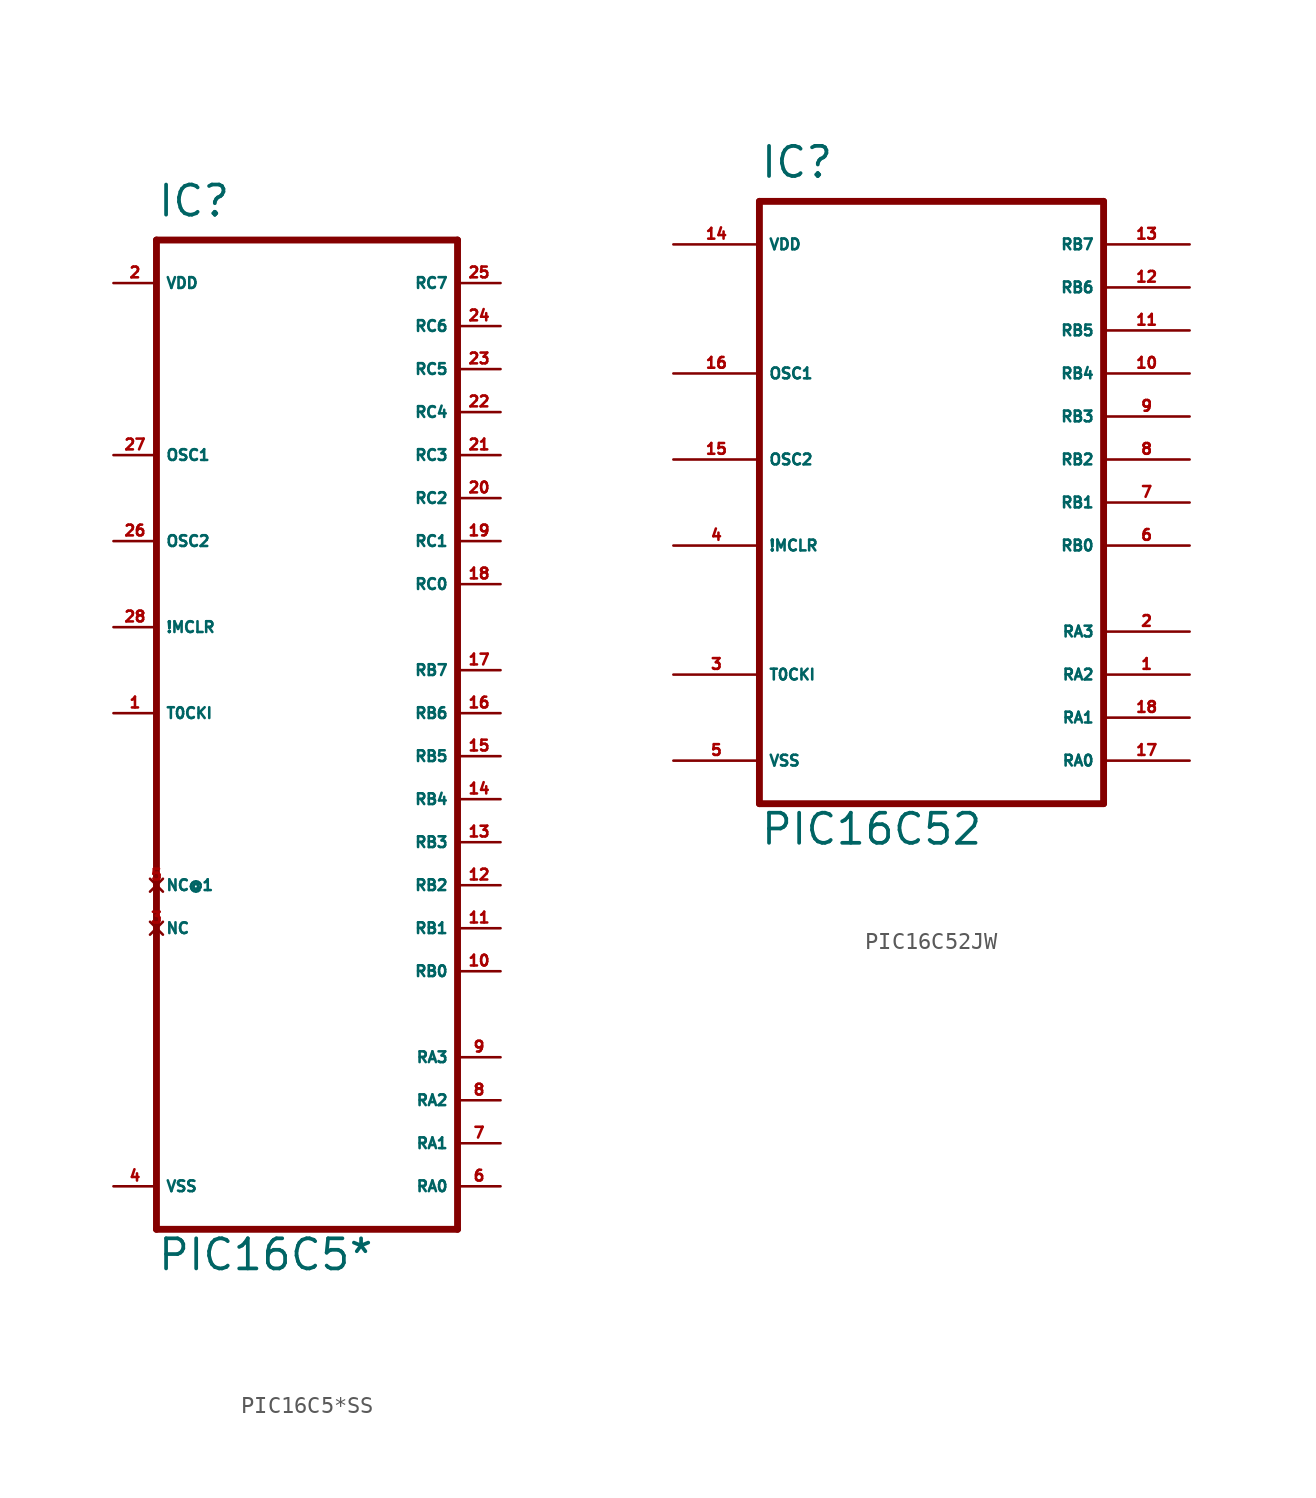
<source format=kicad_sym>
(kicad_symbol_lib
  (version 20220914)
  (generator Eagle2Kicad)
  (symbol "PIC16C5*SS"
    (property "Reference" "IC"
      (at -7.62 26.67 0)
      (effects (font (size 1.778 1.778) (thickness 0.22)) (justify left bottom)))
    (property "Value" "PIC16C5*"
      (at -7.62 -35.56 0)
      (effects (font (size 1.778 1.778) (thickness 0.22)) (justify left bottom)))
    (polyline
      (pts (xy -7.62 -33.02) (xy 10.16 -33.02))
      (stroke (width 0.406) (type default))
      (fill (type none)))
    (polyline
      (pts (xy 10.16 -33.02) (xy 10.16 25.4))
      (stroke (width 0.406) (type default))
      (fill (type none)))
    (polyline
      (pts (xy 10.16 25.4) (xy -7.62 25.4))
      (stroke (width 0.406) (type default))
      (fill (type none)))
    (polyline
      (pts (xy -7.62 25.4) (xy -7.62 -33.02))
      (stroke (width 0.406) (type default))
      (fill (type none)))
    (pin input line
      (at -10.16 -2.54 0)
      (length 2.54)
      (name "T0CKI" (effects (font (size 0.635 0.635) (thickness 0.08)) (justify left bottom)))
      (number "1" (effects (font (size 0.635 0.635) (thickness 0.08)) (justify left bottom))))
    (pin input line
      (at -10.16 2.54 0)
      (length 2.54)
      (name "!MCLR" (effects (font (size 0.635 0.635) (thickness 0.08)) (justify left bottom)))
      (number "28" (effects (font (size 0.635 0.635) (thickness 0.08)) (justify left bottom))))
    (pin input line
      (at -10.16 12.7 0)
      (length 2.54)
      (name "OSC1" (effects (font (size 0.635 0.635) (thickness 0.08)) (justify left bottom)))
      (number "27" (effects (font (size 0.635 0.635) (thickness 0.08)) (justify left bottom))))
    (pin bidirectional line
      (at 12.7 -30.48 180)
      (length 2.54)
      (name "RA0" (effects (font (size 0.635 0.635) (thickness 0.08)) (justify left bottom)))
      (number "6" (effects (font (size 0.635 0.635) (thickness 0.08)) (justify left bottom))))
    (pin bidirectional line
      (at 12.7 -27.94 180)
      (length 2.54)
      (name "RA1" (effects (font (size 0.635 0.635) (thickness 0.08)) (justify left bottom)))
      (number "7" (effects (font (size 0.635 0.635) (thickness 0.08)) (justify left bottom))))
    (pin bidirectional line
      (at 12.7 -25.4 180)
      (length 2.54)
      (name "RA2" (effects (font (size 0.635 0.635) (thickness 0.08)) (justify left bottom)))
      (number "8" (effects (font (size 0.635 0.635) (thickness 0.08)) (justify left bottom))))
    (pin bidirectional line
      (at 12.7 -22.86 180)
      (length 2.54)
      (name "RA3" (effects (font (size 0.635 0.635) (thickness 0.08)) (justify left bottom)))
      (number "9" (effects (font (size 0.635 0.635) (thickness 0.08)) (justify left bottom))))
    (pin bidirectional line
      (at 12.7 -17.78 180)
      (length 2.54)
      (name "RB0" (effects (font (size 0.635 0.635) (thickness 0.08)) (justify left bottom)))
      (number "10" (effects (font (size 0.635 0.635) (thickness 0.08)) (justify left bottom))))
    (pin bidirectional line
      (at 12.7 -15.24 180)
      (length 2.54)
      (name "RB1" (effects (font (size 0.635 0.635) (thickness 0.08)) (justify left bottom)))
      (number "11" (effects (font (size 0.635 0.635) (thickness 0.08)) (justify left bottom))))
    (pin bidirectional line
      (at 12.7 -12.7 180)
      (length 2.54)
      (name "RB2" (effects (font (size 0.635 0.635) (thickness 0.08)) (justify left bottom)))
      (number "12" (effects (font (size 0.635 0.635) (thickness 0.08)) (justify left bottom))))
    (pin bidirectional line
      (at 12.7 -10.16 180)
      (length 2.54)
      (name "RB3" (effects (font (size 0.635 0.635) (thickness 0.08)) (justify left bottom)))
      (number "13" (effects (font (size 0.635 0.635) (thickness 0.08)) (justify left bottom))))
    (pin bidirectional line
      (at 12.7 -7.62 180)
      (length 2.54)
      (name "RB4" (effects (font (size 0.635 0.635) (thickness 0.08)) (justify left bottom)))
      (number "14" (effects (font (size 0.635 0.635) (thickness 0.08)) (justify left bottom))))
    (pin bidirectional line
      (at 12.7 -5.08 180)
      (length 2.54)
      (name "RB5" (effects (font (size 0.635 0.635) (thickness 0.08)) (justify left bottom)))
      (number "15" (effects (font (size 0.635 0.635) (thickness 0.08)) (justify left bottom))))
    (pin bidirectional line
      (at 12.7 -2.54 180)
      (length 2.54)
      (name "RB6" (effects (font (size 0.635 0.635) (thickness 0.08)) (justify left bottom)))
      (number "16" (effects (font (size 0.635 0.635) (thickness 0.08)) (justify left bottom))))
    (pin bidirectional line
      (at 12.7 0 180)
      (length 2.54)
      (name "RB7" (effects (font (size 0.635 0.635) (thickness 0.08)) (justify left bottom)))
      (number "17" (effects (font (size 0.635 0.635) (thickness 0.08)) (justify left bottom))))
    (pin bidirectional line
      (at 12.7 5.08 180)
      (length 2.54)
      (name "RC0" (effects (font (size 0.635 0.635) (thickness 0.08)) (justify left bottom)))
      (number "18" (effects (font (size 0.635 0.635) (thickness 0.08)) (justify left bottom))))
    (pin bidirectional line
      (at 12.7 7.62 180)
      (length 2.54)
      (name "RC1" (effects (font (size 0.635 0.635) (thickness 0.08)) (justify left bottom)))
      (number "19" (effects (font (size 0.635 0.635) (thickness 0.08)) (justify left bottom))))
    (pin bidirectional line
      (at 12.7 10.16 180)
      (length 2.54)
      (name "RC2" (effects (font (size 0.635 0.635) (thickness 0.08)) (justify left bottom)))
      (number "20" (effects (font (size 0.635 0.635) (thickness 0.08)) (justify left bottom))))
    (pin bidirectional line
      (at 12.7 12.7 180)
      (length 2.54)
      (name "RC3" (effects (font (size 0.635 0.635) (thickness 0.08)) (justify left bottom)))
      (number "21" (effects (font (size 0.635 0.635) (thickness 0.08)) (justify left bottom))))
    (pin bidirectional line
      (at 12.7 15.24 180)
      (length 2.54)
      (name "RC4" (effects (font (size 0.635 0.635) (thickness 0.08)) (justify left bottom)))
      (number "22" (effects (font (size 0.635 0.635) (thickness 0.08)) (justify left bottom))))
    (pin bidirectional line
      (at 12.7 17.78 180)
      (length 2.54)
      (name "RC5" (effects (font (size 0.635 0.635) (thickness 0.08)) (justify left bottom)))
      (number "23" (effects (font (size 0.635 0.635) (thickness 0.08)) (justify left bottom))))
    (pin bidirectional line
      (at 12.7 20.32 180)
      (length 2.54)
      (name "RC6" (effects (font (size 0.635 0.635) (thickness 0.08)) (justify left bottom)))
      (number "24" (effects (font (size 0.635 0.635) (thickness 0.08)) (justify left bottom))))
    (pin bidirectional line
      (at 12.7 22.86 180)
      (length 2.54)
      (name "RC7" (effects (font (size 0.635 0.635) (thickness 0.08)) (justify left bottom)))
      (number "25" (effects (font (size 0.635 0.635) (thickness 0.08)) (justify left bottom))))
    (pin output line
      (at -10.16 7.62 0)
      (length 2.54)
      (name "OSC2" (effects (font (size 0.635 0.635) (thickness 0.08)) (justify left bottom)))
      (number "26" (effects (font (size 0.635 0.635) (thickness 0.08)) (justify left bottom))))
    (pin no_connect line
      (at -7.62 -15.24 0)
      (length 0)
      (name "NC" (effects (font (size 0.635 0.635) (thickness 0.08)) (justify left bottom) hide))
      (number "3" (effects (font (size 0.635 0.635) (thickness 0.08)) (justify left bottom) hide)))
    (pin unspecified line
      (at -10.16 -30.48 0)
      (length 2.54)
      (name "VSS" (effects (font (size 0.635 0.635) (thickness 0.08)) (justify left bottom)))
      (number "4" (effects (font (size 0.635 0.635) (thickness 0.08)) (justify left bottom))))
    (pin unspecified line
      (at -10.16 22.86 0)
      (length 2.54)
      (name "VDD" (effects (font (size 0.635 0.635) (thickness 0.08)) (justify left bottom)))
      (number "2" (effects (font (size 0.635 0.635) (thickness 0.08)) (justify left bottom))))
    (pin no_connect line
      (at -7.62 -12.7 0)
      (length 0)
      (name "NC@1" (effects (font (size 0.635 0.635) (thickness 0.08)) (justify left bottom) hide))
      (number "5" (effects (font (size 0.635 0.635) (thickness 0.08)) (justify left bottom) hide))))
  (symbol "PIC16C52JW"
    (property "Reference" "IC"
      (at -10.16 21.59 0)
      (effects (font (size 1.778 1.778) (thickness 0.22)) (justify left bottom)))
    (property "Value" "PIC16C52"
      (at -10.16 -17.78 0)
      (effects (font (size 1.778 1.778) (thickness 0.22)) (justify left bottom)))
    (polyline
      (pts (xy -10.16 20.32) (xy 10.16 20.32))
      (stroke (width 0.406) (type default))
      (fill (type none)))
    (polyline
      (pts (xy 10.16 20.32) (xy 10.16 -15.24))
      (stroke (width 0.406) (type default))
      (fill (type none)))
    (polyline
      (pts (xy 10.16 -15.24) (xy -10.16 -15.24))
      (stroke (width 0.406) (type default))
      (fill (type none)))
    (polyline
      (pts (xy -10.16 -15.24) (xy -10.16 20.32))
      (stroke (width 0.406) (type default))
      (fill (type none)))
    (pin input line
      (at -15.24 -7.62 0)
      (length 5.08)
      (name "T0CKI" (effects (font (size 0.635 0.635) (thickness 0.08)) (justify left bottom)))
      (number "3" (effects (font (size 0.635 0.635) (thickness 0.08)) (justify left bottom))))
    (pin input line
      (at -15.24 0 0)
      (length 5.08)
      (name "!MCLR" (effects (font (size 0.635 0.635) (thickness 0.08)) (justify left bottom)))
      (number "4" (effects (font (size 0.635 0.635) (thickness 0.08)) (justify left bottom))))
    (pin input line
      (at -15.24 10.16 0)
      (length 5.08)
      (name "OSC1" (effects (font (size 0.635 0.635) (thickness 0.08)) (justify left bottom)))
      (number "16" (effects (font (size 0.635 0.635) (thickness 0.08)) (justify left bottom))))
    (pin bidirectional line
      (at 15.24 -12.7 180)
      (length 5.08)
      (name "RA0" (effects (font (size 0.635 0.635) (thickness 0.08)) (justify left bottom)))
      (number "17" (effects (font (size 0.635 0.635) (thickness 0.08)) (justify left bottom))))
    (pin bidirectional line
      (at 15.24 -10.16 180)
      (length 5.08)
      (name "RA1" (effects (font (size 0.635 0.635) (thickness 0.08)) (justify left bottom)))
      (number "18" (effects (font (size 0.635 0.635) (thickness 0.08)) (justify left bottom))))
    (pin bidirectional line
      (at 15.24 -7.62 180)
      (length 5.08)
      (name "RA2" (effects (font (size 0.635 0.635) (thickness 0.08)) (justify left bottom)))
      (number "1" (effects (font (size 0.635 0.635) (thickness 0.08)) (justify left bottom))))
    (pin bidirectional line
      (at 15.24 -5.08 180)
      (length 5.08)
      (name "RA3" (effects (font (size 0.635 0.635) (thickness 0.08)) (justify left bottom)))
      (number "2" (effects (font (size 0.635 0.635) (thickness 0.08)) (justify left bottom))))
    (pin bidirectional line
      (at 15.24 0 180)
      (length 5.08)
      (name "RB0" (effects (font (size 0.635 0.635) (thickness 0.08)) (justify left bottom)))
      (number "6" (effects (font (size 0.635 0.635) (thickness 0.08)) (justify left bottom))))
    (pin bidirectional line
      (at 15.24 2.54 180)
      (length 5.08)
      (name "RB1" (effects (font (size 0.635 0.635) (thickness 0.08)) (justify left bottom)))
      (number "7" (effects (font (size 0.635 0.635) (thickness 0.08)) (justify left bottom))))
    (pin bidirectional line
      (at 15.24 5.08 180)
      (length 5.08)
      (name "RB2" (effects (font (size 0.635 0.635) (thickness 0.08)) (justify left bottom)))
      (number "8" (effects (font (size 0.635 0.635) (thickness 0.08)) (justify left bottom))))
    (pin bidirectional line
      (at 15.24 7.62 180)
      (length 5.08)
      (name "RB3" (effects (font (size 0.635 0.635) (thickness 0.08)) (justify left bottom)))
      (number "9" (effects (font (size 0.635 0.635) (thickness 0.08)) (justify left bottom))))
    (pin bidirectional line
      (at 15.24 10.16 180)
      (length 5.08)
      (name "RB4" (effects (font (size 0.635 0.635) (thickness 0.08)) (justify left bottom)))
      (number "10" (effects (font (size 0.635 0.635) (thickness 0.08)) (justify left bottom))))
    (pin bidirectional line
      (at 15.24 12.7 180)
      (length 5.08)
      (name "RB5" (effects (font (size 0.635 0.635) (thickness 0.08)) (justify left bottom)))
      (number "11" (effects (font (size 0.635 0.635) (thickness 0.08)) (justify left bottom))))
    (pin bidirectional line
      (at 15.24 15.24 180)
      (length 5.08)
      (name "RB6" (effects (font (size 0.635 0.635) (thickness 0.08)) (justify left bottom)))
      (number "12" (effects (font (size 0.635 0.635) (thickness 0.08)) (justify left bottom))))
    (pin bidirectional line
      (at 15.24 17.78 180)
      (length 5.08)
      (name "RB7" (effects (font (size 0.635 0.635) (thickness 0.08)) (justify left bottom)))
      (number "13" (effects (font (size 0.635 0.635) (thickness 0.08)) (justify left bottom))))
    (pin output line
      (at -15.24 5.08 0)
      (length 5.08)
      (name "OSC2" (effects (font (size 0.635 0.635) (thickness 0.08)) (justify left bottom)))
      (number "15" (effects (font (size 0.635 0.635) (thickness 0.08)) (justify left bottom))))
    (pin unspecified line
      (at -15.24 -12.7 0)
      (length 5.08)
      (name "VSS" (effects (font (size 0.635 0.635) (thickness 0.08)) (justify left bottom)))
      (number "5" (effects (font (size 0.635 0.635) (thickness 0.08)) (justify left bottom))))
    (pin unspecified line
      (at -15.24 17.78 0)
      (length 5.08)
      (name "VDD" (effects (font (size 0.635 0.635) (thickness 0.08)) (justify left bottom)))
      (number "14" (effects (font (size 0.635 0.635) (thickness 0.08)) (justify left bottom))))))
</source>
